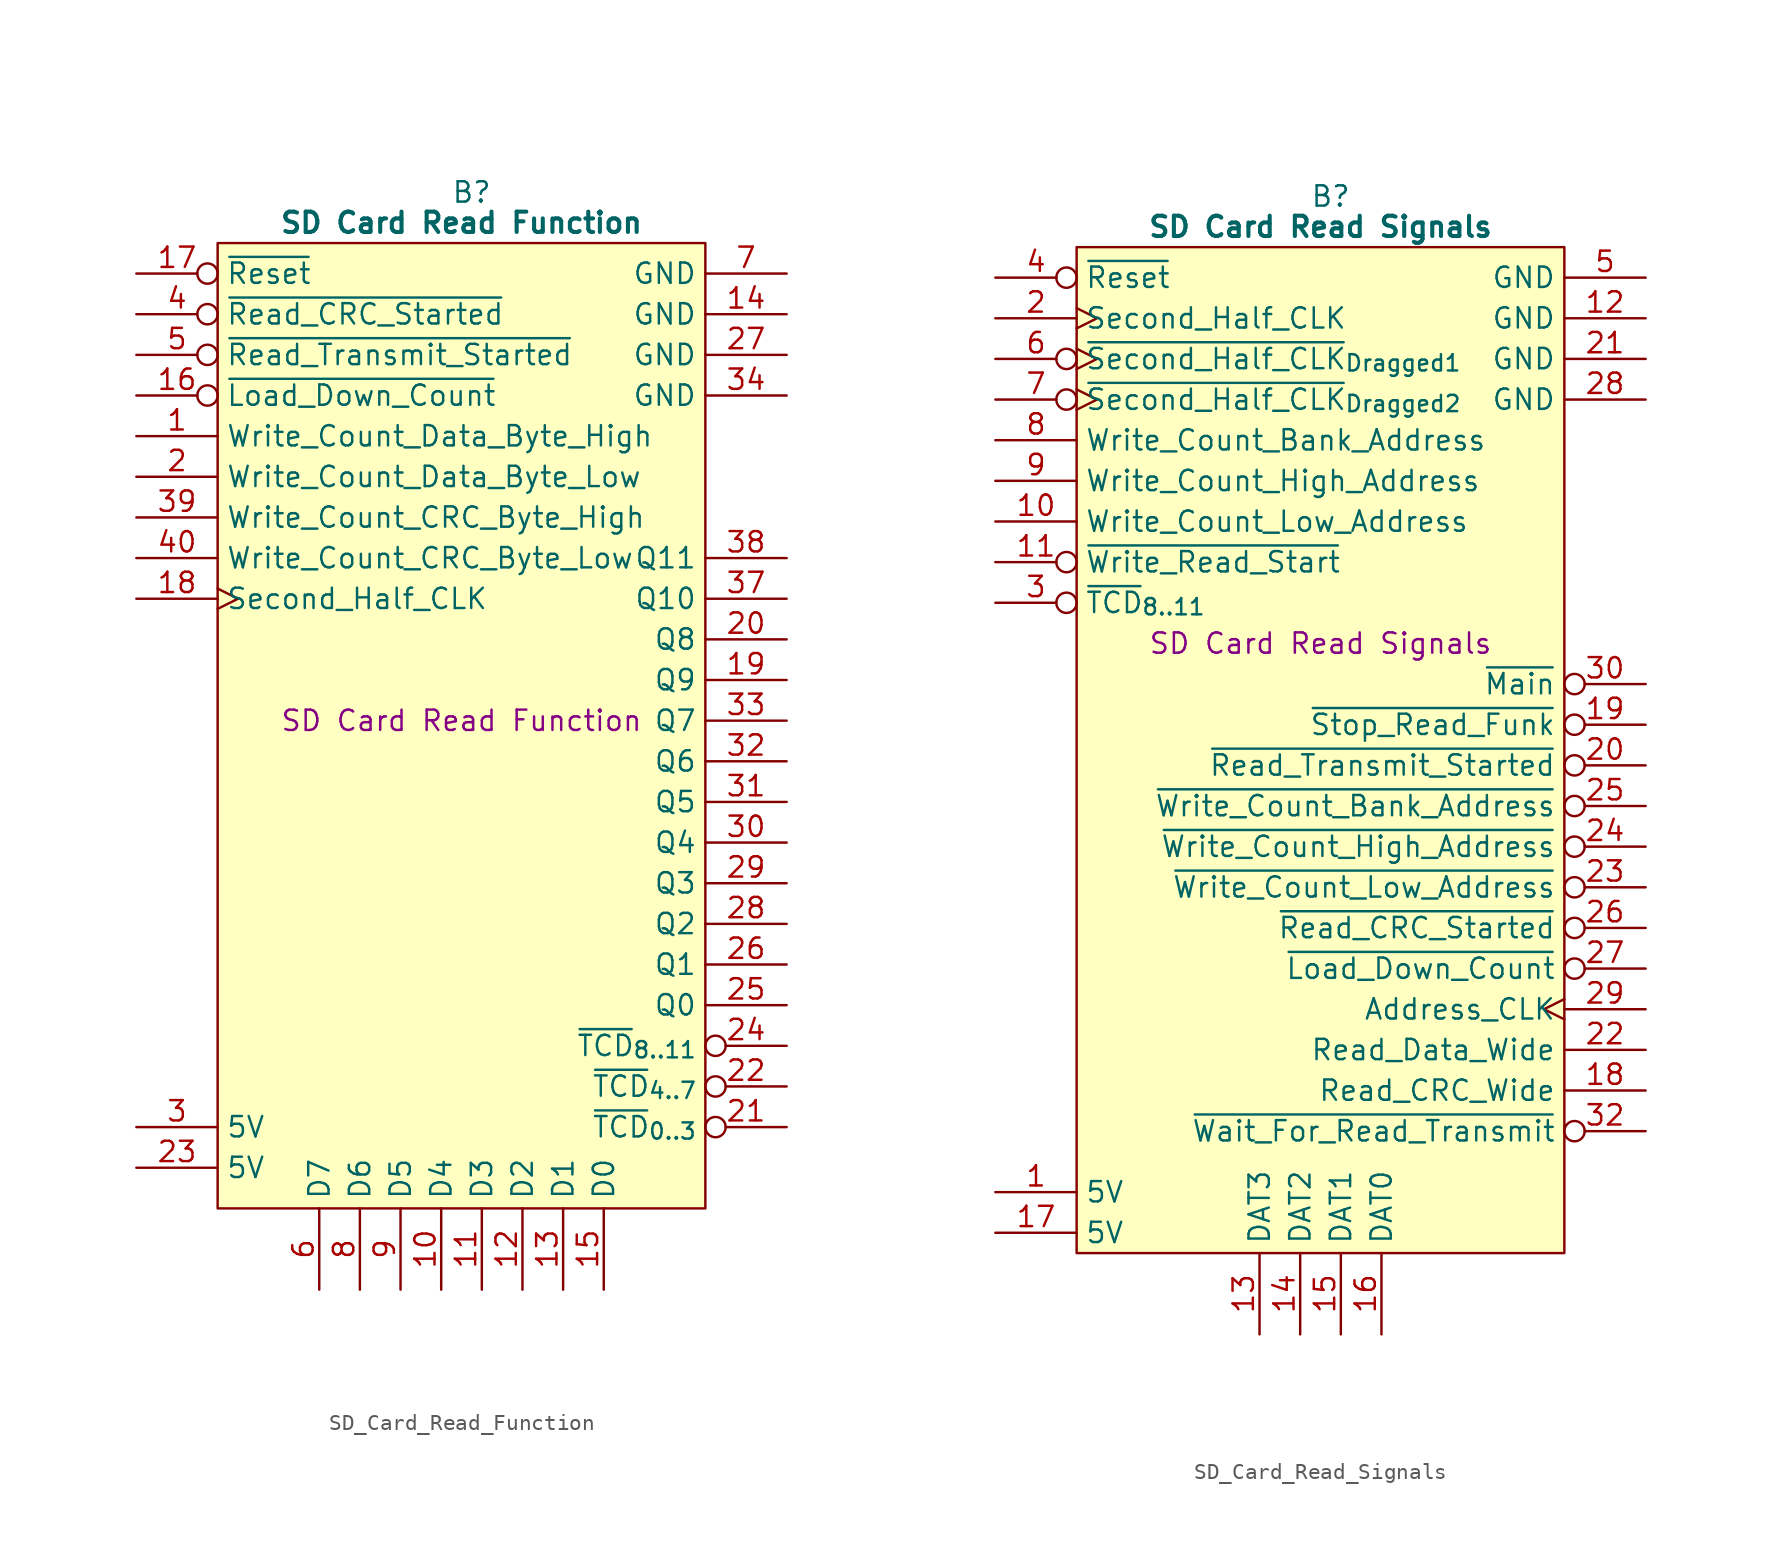
<source format=kicad_sym>
(kicad_symbol_lib
  (version 20241209)
  (generator "kicad_symbol_editor")
  (generator_version "9.0")
  (symbol "SD_Card_Read_Function"
    (property "Reference" "B"
      (at 15.875 5.08 0)
      (effects (font (size 1.27 1.27))))
    (property "Value" "SD Card Read Function"
      (at 15.24 3.175 0)
      (effects (font (size 1.27 1.27) (bold yes))))
    (property "Description" "SD Card Read Function"
      (at 15.24 -27.94 0)
      (effects (font (size 1.27 1.27))))
    (symbol "SD_Card_Read_Function_0_1"
      (polyline (pts (xy 0 1.905) (xy 30.48 1.905) (xy 30.48 -58.42) (xy 0 -58.42) (xy 0 1.905)) (stroke (width 0.152) (type default)) (fill (type background))))
    (symbol "SD_Card_Read_Function_1_0"
      (pin input line (at -5.08 -15.24 0) (length 5.08) (name "Write_Count_CRC_Byte_High" (effects (font (size 1.27 1.27)))) (number "39" (effects (font (size 1.27 1.27)))))
      (pin input line (at -5.08 -17.78 0) (length 5.08) (name "Write_Count_CRC_Byte_Low" (effects (font (size 1.27 1.27)))) (number "40" (effects (font (size 1.27 1.27)))))
      (pin output line (at 35.56 -30.48 180) (length 5.08) (name "Q6" (effects (font (size 1.27 1.27)))) (number "32" (effects (font (size 1.27 1.27))))))
    (symbol "SD_Card_Read_Function_1_1"
      (pin input inverted (at -5.08 0 0) (length 5.08) (name "~{Reset}" (effects (font (size 1.27 1.27)))) (number "17" (effects (font (size 1.27 1.27)))))
      (pin input inverted (at -5.08 -2.54 0) (length 5.08) (name "~{Read_CRC_Started}" (effects (font (size 1.27 1.27)))) (number "4" (effects (font (size 1.27 1.27)))))
      (pin input inverted (at -5.08 -5.08 0) (length 5.08) (name "~{Read_Transmit_Started}" (effects (font (size 1.27 1.27)))) (number "5" (effects (font (size 1.27 1.27)))))
      (pin input inverted (at -5.08 -7.62 0) (length 5.08) (name "~{Load_Down_Count}" (effects (font (size 1.27 1.27)))) (number "16" (effects (font (size 1.27 1.27)))))
      (pin input line (at -5.08 -10.16 0) (length 5.08) (name "Write_Count_Data_Byte_High" (effects (font (size 1.27 1.27)))) (number "1" (effects (font (size 1.27 1.27)))))
      (pin input line (at -5.08 -12.7 0) (length 5.08) (name "Write_Count_Data_Byte_Low" (effects (font (size 1.27 1.27)))) (number "2" (effects (font (size 1.27 1.27)))))
      (pin input clock (at -5.08 -20.32 0) (length 5.08) (name "Second_Half_CLK" (effects (font (size 1.27 1.27)))) (number "18" (effects (font (size 1.27 1.27)))))
      (pin passive line (at -5.08 -53.34 0) (length 5.08) (name "5V" (effects (font (size 1.27 1.27)))) (number "3" (effects (font (size 1.27 1.27)))))
      (pin passive line (at -5.08 -55.88 0) (length 5.08) (name "5V" (effects (font (size 1.27 1.27)))) (number "23" (effects (font (size 1.27 1.27)))))
      (pin tri_state line (at 6.35 -63.5 90) (length 5.08) (name "D7" (effects (font (size 1.27 1.27)))) (number "6" (effects (font (size 1.27 1.27)))))
      (pin tri_state line (at 8.89 -63.5 90) (length 5.08) (name "D6" (effects (font (size 1.27 1.27)))) (number "8" (effects (font (size 1.27 1.27)))))
      (pin tri_state line (at 11.43 -63.5 90) (length 5.08) (name "D5" (effects (font (size 1.27 1.27)))) (number "9" (effects (font (size 1.27 1.27)))))
      (pin tri_state line (at 13.97 -63.5 90) (length 5.08) (name "D4" (effects (font (size 1.27 1.27)))) (number "10" (effects (font (size 1.27 1.27)))))
      (pin tri_state line (at 16.51 -63.5 90) (length 5.08) (name "D3" (effects (font (size 1.27 1.27)))) (number "11" (effects (font (size 1.27 1.27)))))
      (pin tri_state line (at 19.05 -63.5 90) (length 5.08) (name "D2" (effects (font (size 1.27 1.27)))) (number "12" (effects (font (size 1.27 1.27)))))
      (pin tri_state line (at 21.59 -63.5 90) (length 5.08) (name "D1" (effects (font (size 1.27 1.27)))) (number "13" (effects (font (size 1.27 1.27)))))
      (pin tri_state line (at 24.13 -63.5 90) (length 5.08) (name "D0" (effects (font (size 1.27 1.27)))) (number "15" (effects (font (size 1.27 1.27)))))
      (pin passive line (at 35.56 0 180) (length 5.08) (name "GND" (effects (font (size 1.27 1.27)))) (number "7" (effects (font (size 1.27 1.27)))))
      (pin passive line (at 35.56 -2.54 180) (length 5.08) (name "GND" (effects (font (size 1.27 1.27)))) (number "14" (effects (font (size 1.27 1.27)))))
      (pin passive line (at 35.56 -5.08 180) (length 5.08) (name "GND" (effects (font (size 1.27 1.27)))) (number "27" (effects (font (size 1.27 1.27)))))
      (pin passive line (at 35.56 -7.62 180) (length 5.08) (name "GND" (effects (font (size 1.27 1.27)))) (number "34" (effects (font (size 1.27 1.27)))))
      (pin no_connect line (at 35.56 -10.16 180) (length 5.08) (hide yes) (name "N.C." (effects (font (size 1.27 1.27)))) (number "35" (effects (font (size 1.27 1.27)))))
      (pin no_connect line (at 35.56 -12.7 180) (length 5.08) (hide yes) (name "N.C." (effects (font (size 1.27 1.27)))) (number "36" (effects (font (size 1.27 1.27)))))
      (pin output line (at 35.56 -17.78 180) (length 5.08) (name "Q11" (effects (font (size 1.27 1.27)))) (number "38" (effects (font (size 1.27 1.27)))))
      (pin output line (at 35.56 -20.32 180) (length 5.08) (name "Q10" (effects (font (size 1.27 1.27)))) (number "37" (effects (font (size 1.27 1.27)))))
      (pin output line (at 35.56 -22.86 180) (length 5.08) (name "Q8" (effects (font (size 1.27 1.27)))) (number "20" (effects (font (size 1.27 1.27)))))
      (pin output line (at 35.56 -25.4 180) (length 5.08) (name "Q9" (effects (font (size 1.27 1.27)))) (number "19" (effects (font (size 1.27 1.27)))))
      (pin output line (at 35.56 -27.94 180) (length 5.08) (name "Q7" (effects (font (size 1.27 1.27)))) (number "33" (effects (font (size 1.27 1.27)))))
      (pin output line (at 35.56 -33.02 180) (length 5.08) (name "Q5" (effects (font (size 1.27 1.27)))) (number "31" (effects (font (size 1.27 1.27)))))
      (pin output line (at 35.56 -35.56 180) (length 5.08) (name "Q4" (effects (font (size 1.27 1.27)))) (number "30" (effects (font (size 1.27 1.27)))))
      (pin output line (at 35.56 -38.1 180) (length 5.08) (name "Q3" (effects (font (size 1.27 1.27)))) (number "29" (effects (font (size 1.27 1.27)))))
      (pin output line (at 35.56 -40.64 180) (length 5.08) (name "Q2" (effects (font (size 1.27 1.27)))) (number "28" (effects (font (size 1.27 1.27)))))
      (pin output line (at 35.56 -43.18 180) (length 5.08) (name "Q1" (effects (font (size 1.27 1.27)))) (number "26" (effects (font (size 1.27 1.27)))))
      (pin output line (at 35.56 -45.72 180) (length 5.08) (name "Q0" (effects (font (size 1.27 1.27)))) (number "25" (effects (font (size 1.27 1.27)))))
      (pin output inverted (at 35.56 -48.26 180) (length 5.08) (name "~{TCD}_{8..11}" (effects (font (size 1.27 1.27)))) (number "24" (effects (font (size 1.27 1.27)))))
      (pin output inverted (at 35.56 -50.8 180) (length 5.08) (name "~{TCD}_{4..7}" (effects (font (size 1.27 1.27)))) (number "22" (effects (font (size 1.27 1.27)))))
      (pin output inverted (at 35.56 -53.34 180) (length 5.08) (name "~{TCD}_{0..3}" (effects (font (size 1.27 1.27)))) (number "21" (effects (font (size 1.27 1.27)))))))
  (symbol "SD_Card_Read_Signals"
    (property "Reference" "B"
      (at 15.875 5.08 0)
      (effects (font (size 1.27 1.27))))
    (property "Value" "SD Card Read Signals"
      (at 15.24 3.175 0)
      (effects (font (size 1.27 1.27) (bold yes))))
    (property "Description" "SD Card Read Signals"
      (at 15.24 -22.86 0)
      (effects (font (size 1.27 1.27))))
    (symbol "SD_Card_Read_Signals_0_1"
      (polyline (pts (xy 0 1.905) (xy 30.48 1.905) (xy 30.48 -60.96) (xy 0 -60.96) (xy 0 1.905)) (stroke (width 0.152) (type default)) (fill (type background))))
    (symbol "SD_Card_Read_Signals_1_0"
      (pin output inverted (at 35.56 -53.34 180) (length 5.08) (name "~{Wait_For_Read_Transmit}" (effects (font (size 1.27 1.27)))) (number "32" (effects (font (size 1.27 1.27))))))
    (symbol "SD_Card_Read_Signals_1_1"
      (pin input inverted (at -5.08 0 0) (length 5.08) (name "~{Reset}" (effects (font (size 1.27 1.27)))) (number "4" (effects (font (size 1.27 1.27)))))
      (pin input clock (at -5.08 -2.54 0) (length 5.08) (name "Second_Half_CLK" (effects (font (size 1.27 1.27)))) (number "2" (effects (font (size 1.27 1.27)))))
      (pin input inverted_clock (at -5.08 -5.08 0) (length 5.08) (name "~{Second_Half_CLK}_{Dragged1}" (effects (font (size 1.27 1.27)))) (number "6" (effects (font (size 1.27 1.27)))))
      (pin input inverted_clock (at -5.08 -7.62 0) (length 5.08) (name "~{Second_Half_CLK}_{Dragged2}" (effects (font (size 1.27 1.27)))) (number "7" (effects (font (size 1.27 1.27)))))
      (pin input line (at -5.08 -10.16 0) (length 5.08) (name "Write_Count_Bank_Address" (effects (font (size 1.27 1.27)))) (number "8" (effects (font (size 1.27 1.27)))))
      (pin input line (at -5.08 -12.7 0) (length 5.08) (name "Write_Count_High_Address" (effects (font (size 1.27 1.27)))) (number "9" (effects (font (size 1.27 1.27)))))
      (pin input line (at -5.08 -15.24 0) (length 5.08) (name "Write_Count_Low_Address" (effects (font (size 1.27 1.27)))) (number "10" (effects (font (size 1.27 1.27)))))
      (pin input inverted (at -5.08 -17.78 0) (length 5.08) (name "~{Write_Read_Start}" (effects (font (size 1.27 1.27)))) (number "11" (effects (font (size 1.27 1.27)))))
      (pin input inverted (at -5.08 -20.32 0) (length 5.08) (name "~{TCD}_{8..11}" (effects (font (size 1.27 1.27)))) (number "3" (effects (font (size 1.27 1.27)))))
      (pin passive line (at -5.08 -57.15 0) (length 5.08) (name "5V" (effects (font (size 1.27 1.27)))) (number "1" (effects (font (size 1.27 1.27)))))
      (pin passive line (at -5.08 -59.69 0) (length 5.08) (name "5V" (effects (font (size 1.27 1.27)))) (number "17" (effects (font (size 1.27 1.27)))))
      (pin tri_state line (at 11.43 -66.04 90) (length 5.08) (name "DAT3" (effects (font (size 1.27 1.27)))) (number "13" (effects (font (size 1.27 1.27)))))
      (pin tri_state line (at 13.97 -66.04 90) (length 5.08) (name "DAT2" (effects (font (size 1.27 1.27)))) (number "14" (effects (font (size 1.27 1.27)))))
      (pin tri_state line (at 16.51 -66.04 90) (length 5.08) (name "DAT1" (effects (font (size 1.27 1.27)))) (number "15" (effects (font (size 1.27 1.27)))))
      (pin tri_state line (at 19.05 -66.04 90) (length 5.08) (name "DAT0" (effects (font (size 1.27 1.27)))) (number "16" (effects (font (size 1.27 1.27)))))
      (pin passive line (at 35.56 0 180) (length 5.08) (name "GND" (effects (font (size 1.27 1.27)))) (number "5" (effects (font (size 1.27 1.27)))))
      (pin passive line (at 35.56 -2.54 180) (length 5.08) (name "GND" (effects (font (size 1.27 1.27)))) (number "12" (effects (font (size 1.27 1.27)))))
      (pin passive line (at 35.56 -5.08 180) (length 5.08) (name "GND" (effects (font (size 1.27 1.27)))) (number "21" (effects (font (size 1.27 1.27)))))
      (pin passive line (at 35.56 -7.62 180) (length 5.08) (name "GND" (effects (font (size 1.27 1.27)))) (number "28" (effects (font (size 1.27 1.27)))))
      (pin no_connect line (at 35.56 -15.24 180) (length 5.08) (hide yes) (name "N.C." (effects (font (size 1.27 1.27)))) (number "31" (effects (font (size 1.27 1.27)))))
      (pin output inverted (at 35.56 -25.4 180) (length 5.08) (name "~{Main}" (effects (font (size 1.27 1.27)))) (number "30" (effects (font (size 1.27 1.27)))))
      (pin output inverted (at 35.56 -27.94 180) (length 5.08) (name "~{Stop_Read_Funk}" (effects (font (size 1.27 1.27)))) (number "19" (effects (font (size 1.27 1.27)))))
      (pin output inverted (at 35.56 -30.48 180) (length 5.08) (name "~{Read_Transmit_Started}" (effects (font (size 1.27 1.27)))) (number "20" (effects (font (size 1.27 1.27)))))
      (pin output inverted (at 35.56 -33.02 180) (length 5.08) (name "~{Write_Count_Bank_Address}" (effects (font (size 1.27 1.27)))) (number "25" (effects (font (size 1.27 1.27)))))
      (pin output inverted (at 35.56 -35.56 180) (length 5.08) (name "~{Write_Count_High_Address}" (effects (font (size 1.27 1.27)))) (number "24" (effects (font (size 1.27 1.27)))))
      (pin output inverted (at 35.56 -38.1 180) (length 5.08) (name "~{Write_Count_Low_Address}" (effects (font (size 1.27 1.27)))) (number "23" (effects (font (size 1.27 1.27)))))
      (pin output inverted (at 35.56 -40.64 180) (length 5.08) (name "~{Read_CRC_Started}" (effects (font (size 1.27 1.27)))) (number "26" (effects (font (size 1.27 1.27)))))
      (pin output inverted (at 35.56 -43.18 180) (length 5.08) (name "~{Load_Down_Count}" (effects (font (size 1.27 1.27)))) (number "27" (effects (font (size 1.27 1.27)))))
      (pin output clock (at 35.56 -45.72 180) (length 5.08) (name "Address_CLK" (effects (font (size 1.27 1.27)))) (number "29" (effects (font (size 1.27 1.27)))))
      (pin output line (at 35.56 -48.26 180) (length 5.08) (name "Read_Data_Wide" (effects (font (size 1.27 1.27)))) (number "22" (effects (font (size 1.27 1.27)))))
      (pin output line (at 35.56 -50.8 180) (length 5.08) (name "Read_CRC_Wide" (effects (font (size 1.27 1.27)))) (number "18" (effects (font (size 1.27 1.27))))))))
</source>
